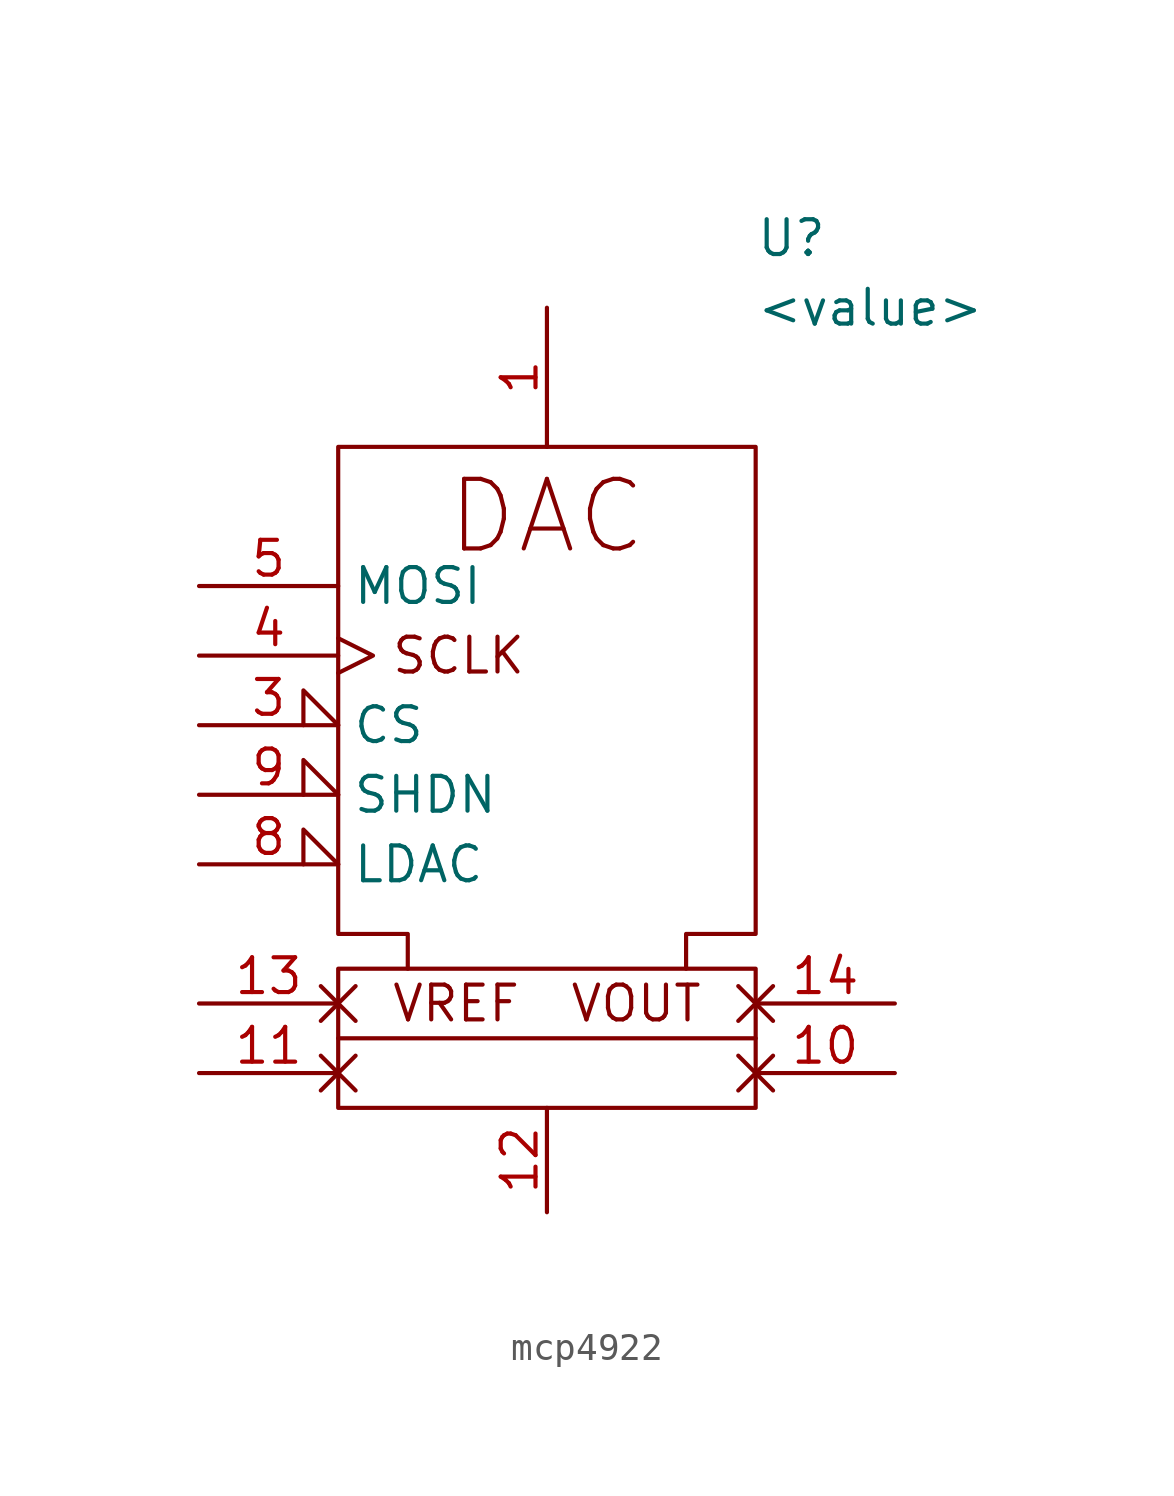
<source format=kicad_sym>
(kicad_symbol_lib
  (version 20231120)
  (generator "kicad_symbol_editor")
  (generator_version "8.0")
  (symbol "mcp4922"
    (property "Reference" "U"
      (at 7.62 12.7 0)
      (effects (font (size 1.27 1.27)) (justify left)))
    (property "Value" "<value>"
      (at 7.62 10.16 0)
      (effects (font (size 1.27 1.27)) (justify left)))
    (symbol "mcp4922_0_1"
      (rectangle (start -7.62 -13.97) (end 7.62 -19.05) (stroke (width 0) (type default)) (fill (type none)))
      (polyline (pts (xy 7.62 -16.51) (xy -7.62 -16.51)) (stroke (width 0) (type default)) (fill (type none)))
      (polyline (pts (xy -5.08 -13.97) (xy -5.08 -12.7) (xy -7.62 -12.7) (xy -7.62 5.08) (xy 7.62 5.08) (xy 7.62 -12.7) (xy 5.08 -12.7) (xy 5.08 -13.97)) (stroke (width 0) (type default)) (fill (type none))))
    (symbol "mcp4922_1_1"
      (text "DAC" (at 0 2.54 0) (effects (font (size 2.54 2.54))))
      (text "SCLK" (at -5.715 -2.54 0) (effects (font (size 1.27 1.27)) (justify left)))
      (text "VOUT" (at 5.715 -15.24 0) (effects (font (size 1.27 1.27)) (justify right)))
      (text "VREF" (at -5.715 -15.24 0) (effects (font (size 1.27 1.27)) (justify left)))
      (pin power_in line (at 0 10.16 270) (length 5.08) (name "" (effects (font (size 1.27 1.27)))) (number "1" (effects (font (size 1.27 1.27)))))
      (pin output non_logic (at 12.7 -17.78 180) (length 5.08) (name "" (effects (font (size 1.27 1.27)))) (number "10" (effects (font (size 1.27 1.27)))))
      (pin input non_logic (at -12.7 -17.78 0) (length 5.08) (name "" (effects (font (size 1.27 1.27)))) (number "11" (effects (font (size 1.27 1.27)))))
      (pin power_in line (at 0 -22.86 90) (length 3.81) (name "" (effects (font (size 1.27 1.27)))) (number "12" (effects (font (size 1.27 1.27)))))
      (pin input non_logic (at -12.7 -15.24 0) (length 5.08) (name "" (effects (font (size 1.27 1.27)))) (number "13" (effects (font (size 1.27 1.27)))))
      (pin output non_logic (at 12.7 -15.24 180) (length 5.08) (name "" (effects (font (size 1.27 1.27)))) (number "14" (effects (font (size 1.27 1.27)))))
      (pin input input_low (at -12.7 -5.08 0) (length 5.08) (name "CS" (effects (font (size 1.27 1.27)))) (number "3" (effects (font (size 1.27 1.27)))))
      (pin input clock (at -12.7 -2.54 0) (length 5.08) (name "" (effects (font (size 1.27 1.27)))) (number "4" (effects (font (size 1.27 1.27)))))
      (pin input line (at -12.7 0 0) (length 5.08) (name "MOSI" (effects (font (size 1.27 1.27)))) (number "5" (effects (font (size 1.27 1.27)))))
      (pin input input_low (at -12.7 -10.16 0) (length 5.08) (name "LDAC" (effects (font (size 1.27 1.27)))) (number "8" (effects (font (size 1.27 1.27)))))
      (pin input input_low (at -12.7 -7.62 0) (length 5.08) (name "SHDN" (effects (font (size 1.27 1.27)))) (number "9" (effects (font (size 1.27 1.27))))))))
</source>
